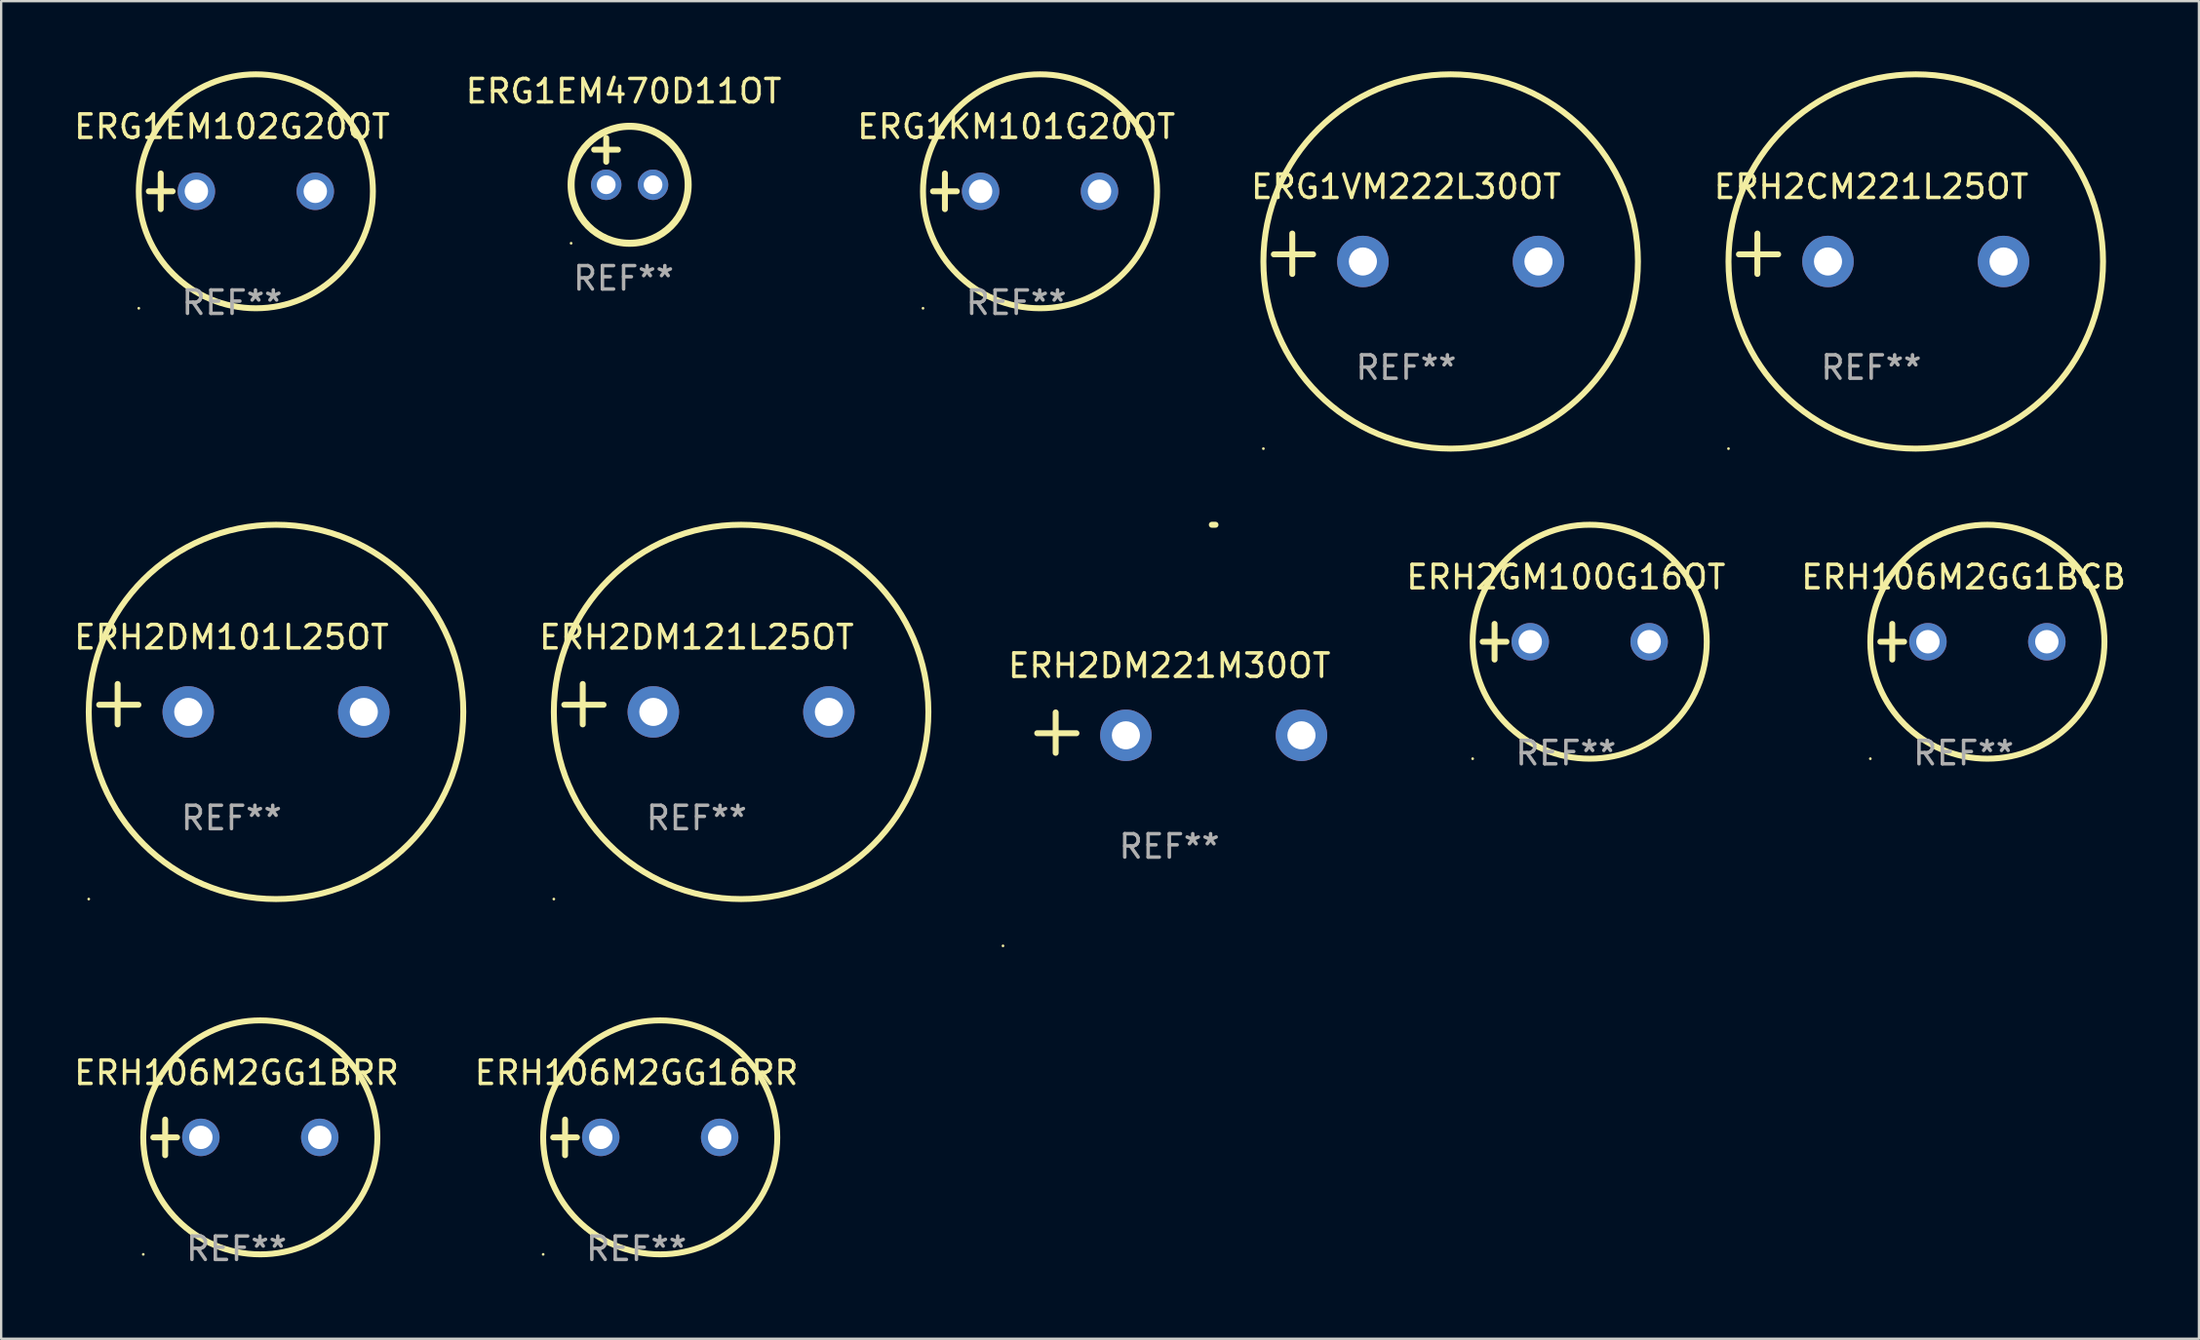
<source format=kicad_pcb>
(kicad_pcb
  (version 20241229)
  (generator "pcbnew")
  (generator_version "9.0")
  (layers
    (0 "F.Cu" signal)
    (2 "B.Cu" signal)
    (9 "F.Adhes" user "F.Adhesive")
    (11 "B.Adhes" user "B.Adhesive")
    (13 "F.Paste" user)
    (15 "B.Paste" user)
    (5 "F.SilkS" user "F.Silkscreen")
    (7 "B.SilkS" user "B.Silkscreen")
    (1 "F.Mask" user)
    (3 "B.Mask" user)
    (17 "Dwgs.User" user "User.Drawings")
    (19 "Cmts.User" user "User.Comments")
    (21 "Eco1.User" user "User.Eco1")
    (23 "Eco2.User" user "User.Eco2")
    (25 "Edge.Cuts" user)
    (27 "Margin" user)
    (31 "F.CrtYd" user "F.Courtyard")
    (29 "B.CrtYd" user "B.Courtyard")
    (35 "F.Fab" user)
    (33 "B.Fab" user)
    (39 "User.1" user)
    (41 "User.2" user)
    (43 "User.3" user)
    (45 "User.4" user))
  (footprint "ERH2DM101L25OT"
    (layer "F.Cu")
    (at 6.839 27.051)
    (property "Reference" "ERH2DM101L25OT" (at 0 -2.864 0) (layer "F.SilkS") (effects (font (size 1 1) (thickness 0.15))))
    (attr through_hole)
    (fp_line (start -4.864 0.864) (end -4.864 -0.864) (stroke (width 0.254) (type solid)) (layer "F.SilkS"))
    (fp_line (start -3.975 0.025) (end -5.652 0.025) (stroke (width 0.254) (type solid)) (layer "F.SilkS"))
    (fp_circle (center -6.098 8.33) (end -6.068 8.33) (stroke (width 0.06) (type solid)) (fill no) (layer "F.SilkS"))
    (fp_circle (center 1.902 0.33) (end 9.902 0.33) (stroke (width 0.254) (type solid)) (fill no) (layer "F.SilkS"))
    (fp_text user "REF**" (at 0 4.864 0) (layer "F.Fab") (effects (font (size 1 1) (thickness 0.15))))
    (pad "1" thru_hole circle (at -1.848 0.33) (size 2.2 2.2) (drill 1.2) (layers "*.Cu" "*.Mask"))
    (pad "2" thru_hole circle (at 5.652 0.33) (size 2.2 2.2) (drill 1.2) (layers "*.Cu" "*.Mask")))
  (footprint "ERH2DM121L25OT"
    (layer "F.Cu")
    (at 26.707 27.051)
    (property "Reference" "ERH2DM121L25OT" (at 0 -2.864 0) (layer "F.SilkS") (effects (font (size 1 1) (thickness 0.15))))
    (attr through_hole)
    (fp_line (start -4.864 0.864) (end -4.864 -0.864) (stroke (width 0.254) (type solid)) (layer "F.SilkS"))
    (fp_line (start -3.975 0.025) (end -5.652 0.025) (stroke (width 0.254) (type solid)) (layer "F.SilkS"))
    (fp_circle (center -6.098 8.33) (end -6.068 8.33) (stroke (width 0.06) (type solid)) (fill no) (layer "F.SilkS"))
    (fp_circle (center 1.902 0.33) (end 9.902 0.33) (stroke (width 0.254) (type solid)) (fill no) (layer "F.SilkS"))
    (fp_text user "REF**" (at 0 4.864 0) (layer "F.Fab") (effects (font (size 1 1) (thickness 0.15))))
    (pad "1" thru_hole circle (at -1.848 0.33) (size 2.2 2.2) (drill 1.2) (layers "*.Cu" "*.Mask"))
    (pad "2" thru_hole circle (at 5.652 0.33) (size 2.2 2.2) (drill 1.2) (layers "*.Cu" "*.Mask")))
  (footprint "ERH2CM221L25OT"
    (layer "F.Cu")
    (at 76.886 7.797)
    (property "Reference" "ERH2CM221L25OT" (at 0 -2.864 0) (layer "F.SilkS") (effects (font (size 1 1) (thickness 0.15))))
    (attr through_hole)
    (fp_line (start -4.864 0.864) (end -4.864 -0.864) (stroke (width 0.254) (type solid)) (layer "F.SilkS"))
    (fp_line (start -3.975 0.025) (end -5.652 0.025) (stroke (width 0.254) (type solid)) (layer "F.SilkS"))
    (fp_circle (center -6.098 8.33) (end -6.068 8.33) (stroke (width 0.06) (type solid)) (fill no) (layer "F.SilkS"))
    (fp_circle (center 1.902 0.33) (end 9.902 0.33) (stroke (width 0.254) (type solid)) (fill no) (layer "F.SilkS"))
    (fp_text user "REF**" (at 0 4.864 0) (layer "F.Fab") (effects (font (size 1 1) (thickness 0.15))))
    (pad "1" thru_hole circle (at -1.848 0.33) (size 2.2 2.2) (drill 1.2) (layers "*.Cu" "*.Mask"))
    (pad "2" thru_hole circle (at 5.652 0.33) (size 2.2 2.2) (drill 1.2) (layers "*.Cu" "*.Mask")))
  (footprint "ERH2DM221M30OT"
    (layer "F.Cu")
    (at 46.902 28.267)
    (property "Reference" "ERH2DM221M30OT" (at 0 -2.864 0) (layer "F.SilkS") (effects (font (size 1 1) (thickness 0.15))))
    (attr through_hole)
    (fp_line (start -4.856 0.864) (end -4.856 -0.864) (stroke (width 0.254) (type solid)) (layer "F.SilkS"))
    (fp_line (start -3.967 0.025) (end -5.644 0.025) (stroke (width 0.254) (type solid)) (layer "F.SilkS"))
    (fp_arc (start 1.815024 -8.885649) (mid 1.893764 -8.88599) (end 1.972504 -8.885649) (stroke (width 0.254001) (type solid)) (layer "F.SilkS"))
    (fp_circle (center -7.106 9.114) (end -7.076 9.114) (stroke (width 0.06) (type solid)) (fill no) (layer "F.SilkS"))
    (fp_text user "REF**" (at 0 4.864 0) (layer "F.Fab") (effects (font (size 1 1) (thickness 0.15))))
    (pad "1" thru_hole circle (at -1.856 0.114) (size 2.2 2.2) (drill 1.2) (layers "*.Cu" "*.Mask"))
    (pad "2" thru_hole circle (at 5.644 0.114) (size 2.2 2.2) (drill 1.2) (layers "*.Cu" "*.Mask")))
  (footprint "ERG1EM470D11OT"
    (layer "F.Cu")
    (at 23.589 3.848)
    (property "Reference" "ERG1EM470D11OT" (at 0 -3 0) (layer "F.SilkS") (effects (font (size 1 1) (thickness 0.15))))
    (attr through_hole)
    (fp_line (start -1.258 -0.5) (end -0.242 -0.5) (stroke (width 0.254) (type solid)) (layer "F.SilkS"))
    (fp_line (start -0.742 -1) (end -0.742 0.016) (stroke (width 0.254) (type solid)) (layer "F.SilkS"))
    (fp_circle (center -2.242 3.5) (end -2.212 3.5) (stroke (width 0.06) (type solid)) (fill no) (layer "F.SilkS"))
    (fp_circle (center 0.258 1) (end 2.758 1) (stroke (width 0.3) (type solid)) (fill no) (layer "F.SilkS"))
    (fp_text user "REF**" (at 0 5 0) (layer "F.Fab") (effects (font (size 1 1) (thickness 0.15))))
    (pad "1" thru_hole circle (at -0.742 1) (size 1.3 1.3) (drill 0.8) (layers "*.Cu" "*.Mask"))
    (pad "2" thru_hole circle (at 1.258 1) (size 1.3 1.3) (drill 0.8) (layers "*.Cu" "*.Mask")))
  (footprint "ERH106M2GG1BRR"
    (layer "F.Cu")
    (at 7.054 45.568)
    (property "Reference" "ERH106M2GG1BRR" (at 0 -2.762 0) (layer "F.SilkS") (effects (font (size 1 1) (thickness 0.15))))
    (attr through_hole)
    (fp_line (start -3.556 0) (end -2.54 0) (stroke (width 0.254) (type solid)) (layer "F.SilkS"))
    (fp_line (start -3.048 -0.762) (end -3.048 0.762) (stroke (width 0.254) (type solid)) (layer "F.SilkS"))
    (fp_circle (center -3.984 5) (end -3.954 5) (stroke (width 0.06) (type solid)) (fill no) (layer "F.SilkS"))
    (fp_circle (center 1.016 0) (end 6.016 0) (stroke (width 0.254) (type solid)) (fill no) (layer "F.SilkS"))
    (fp_text user "REF**" (at 0 4.762 0) (layer "F.Fab") (effects (font (size 1 1) (thickness 0.15))))
    (pad "1" thru_hole circle (at -1.524 0) (size 1.6 1.6) (drill 1) (layers "*.Cu" "*.Mask"))
    (pad "2" thru_hole circle (at 3.556 0) (size 1.6 1.6) (drill 1) (layers "*.Cu" "*.Mask")))
  (footprint "ERG1EM102G20OT"
    (layer "F.Cu")
    (at 6.863 5.127)
    (property "Reference" "ERG1EM102G20OT" (at 0 -2.762 0) (layer "F.SilkS") (effects (font (size 1 1) (thickness 0.15))))
    (attr through_hole)
    (fp_line (start -3.556 0) (end -2.54 0) (stroke (width 0.254) (type solid)) (layer "F.SilkS"))
    (fp_line (start -3.048 -0.762) (end -3.048 0.762) (stroke (width 0.254) (type solid)) (layer "F.SilkS"))
    (fp_circle (center -3.984 5) (end -3.954 5) (stroke (width 0.06) (type solid)) (fill no) (layer "F.SilkS"))
    (fp_circle (center 1.016 0) (end 6.016 0) (stroke (width 0.254) (type solid)) (fill no) (layer "F.SilkS"))
    (fp_text user "REF**" (at 0 4.762 0) (layer "F.Fab") (effects (font (size 1 1) (thickness 0.15))))
    (pad "1" thru_hole circle (at -1.524 0) (size 1.6 1.6) (drill 1) (layers "*.Cu" "*.Mask"))
    (pad "2" thru_hole circle (at 3.556 0) (size 1.6 1.6) (drill 1) (layers "*.Cu" "*.Mask")))
  (footprint "ERG1VM222L30OT"
    (layer "F.Cu")
    (at 57.018 7.797)
    (property "Reference" "ERG1VM222L30OT" (at 0 -2.864 0) (layer "F.SilkS") (effects (font (size 1 1) (thickness 0.15))))
    (attr through_hole)
    (fp_line (start -4.864 0.864) (end -4.864 -0.864) (stroke (width 0.254) (type solid)) (layer "F.SilkS"))
    (fp_line (start -3.975 0.025) (end -5.652 0.025) (stroke (width 0.254) (type solid)) (layer "F.SilkS"))
    (fp_circle (center -6.098 8.33) (end -6.068 8.33) (stroke (width 0.06) (type solid)) (fill no) (layer "F.SilkS"))
    (fp_circle (center 1.902 0.33) (end 9.902 0.33) (stroke (width 0.254) (type solid)) (fill no) (layer "F.SilkS"))
    (fp_text user "REF**" (at 0 4.864 0) (layer "F.Fab") (effects (font (size 1 1) (thickness 0.15))))
    (pad "1" thru_hole circle (at -1.848 0.33) (size 2.2 2.2) (drill 1.2) (layers "*.Cu" "*.Mask"))
    (pad "2" thru_hole circle (at 5.652 0.33) (size 2.2 2.2) (drill 1.2) (layers "*.Cu" "*.Mask")))
  (footprint "ERH106M2GG1BCB"
    (layer "F.Cu")
    (at 80.831 24.381)
    (property "Reference" "ERH106M2GG1BCB" (at 0 -2.762 0) (layer "F.SilkS") (effects (font (size 1 1) (thickness 0.15))))
    (attr through_hole)
    (fp_line (start -3.556 0) (end -2.54 0) (stroke (width 0.254) (type solid)) (layer "F.SilkS"))
    (fp_line (start -3.048 -0.762) (end -3.048 0.762) (stroke (width 0.254) (type solid)) (layer "F.SilkS"))
    (fp_circle (center -3.984 5) (end -3.954 5) (stroke (width 0.06) (type solid)) (fill no) (layer "F.SilkS"))
    (fp_circle (center 1.016 0) (end 6.016 0) (stroke (width 0.254) (type solid)) (fill no) (layer "F.SilkS"))
    (fp_text user "REF**" (at 0 4.762 0) (layer "F.Fab") (effects (font (size 1 1) (thickness 0.15))))
    (pad "1" thru_hole circle (at -1.524 0) (size 1.6 1.6) (drill 1) (layers "*.Cu" "*.Mask"))
    (pad "2" thru_hole circle (at 3.556 0) (size 1.6 1.6) (drill 1) (layers "*.Cu" "*.Mask")))
  (footprint "ERG1KM101G20OT"
    (layer "F.Cu")
    (at 40.363 5.127)
    (property "Reference" "ERG1KM101G20OT" (at 0 -2.762 0) (layer "F.SilkS") (effects (font (size 1 1) (thickness 0.15))))
    (attr through_hole)
    (fp_line (start -3.556 0) (end -2.54 0) (stroke (width 0.254) (type solid)) (layer "F.SilkS"))
    (fp_line (start -3.048 -0.762) (end -3.048 0.762) (stroke (width 0.254) (type solid)) (layer "F.SilkS"))
    (fp_circle (center -3.984 5) (end -3.954 5) (stroke (width 0.06) (type solid)) (fill no) (layer "F.SilkS"))
    (fp_circle (center 1.016 0) (end 6.016 0) (stroke (width 0.254) (type solid)) (fill no) (layer "F.SilkS"))
    (fp_text user "REF**" (at 0 4.762 0) (layer "F.Fab") (effects (font (size 1 1) (thickness 0.15))))
    (pad "1" thru_hole circle (at -1.524 0) (size 1.6 1.6) (drill 1) (layers "*.Cu" "*.Mask"))
    (pad "2" thru_hole circle (at 3.556 0) (size 1.6 1.6) (drill 1) (layers "*.Cu" "*.Mask")))
  (footprint "ERH2GM100G16OT"
    (layer "F.Cu")
    (at 63.843 24.381)
    (property "Reference" "ERH2GM100G16OT" (at 0 -2.762 0) (layer "F.SilkS") (effects (font (size 1 1) (thickness 0.15))))
    (attr through_hole)
    (fp_line (start -3.556 0) (end -2.54 0) (stroke (width 0.254) (type solid)) (layer "F.SilkS"))
    (fp_line (start -3.048 -0.762) (end -3.048 0.762) (stroke (width 0.254) (type solid)) (layer "F.SilkS"))
    (fp_circle (center -3.984 5) (end -3.954 5) (stroke (width 0.06) (type solid)) (fill no) (layer "F.SilkS"))
    (fp_circle (center 1.016 0) (end 6.016 0) (stroke (width 0.254) (type solid)) (fill no) (layer "F.SilkS"))
    (fp_text user "REF**" (at 0 4.762 0) (layer "F.Fab") (effects (font (size 1 1) (thickness 0.15))))
    (pad "1" thru_hole circle (at -1.524 0) (size 1.6 1.6) (drill 1) (layers "*.Cu" "*.Mask"))
    (pad "2" thru_hole circle (at 3.556 0) (size 1.6 1.6) (drill 1) (layers "*.Cu" "*.Mask")))
  (footprint "ERH106M2GG16RR"
    (layer "F.Cu")
    (at 24.137 45.568)
    (property "Reference" "ERH106M2GG16RR" (at 0 -2.762 0) (layer "F.SilkS") (effects (font (size 1 1) (thickness 0.15))))
    (attr through_hole)
    (fp_line (start -3.556 0) (end -2.54 0) (stroke (width 0.254) (type solid)) (layer "F.SilkS"))
    (fp_line (start -3.048 -0.762) (end -3.048 0.762) (stroke (width 0.254) (type solid)) (layer "F.SilkS"))
    (fp_circle (center -3.984 5) (end -3.954 5) (stroke (width 0.06) (type solid)) (fill no) (layer "F.SilkS"))
    (fp_circle (center 1.016 0) (end 6.016 0) (stroke (width 0.254) (type solid)) (fill no) (layer "F.SilkS"))
    (fp_text user "REF**" (at 0 4.762 0) (layer "F.Fab") (effects (font (size 1 1) (thickness 0.15))))
    (pad "1" thru_hole circle (at -1.524 0) (size 1.6 1.6) (drill 1) (layers "*.Cu" "*.Mask"))
    (pad "2" thru_hole circle (at 3.556 0) (size 1.6 1.6) (drill 1) (layers "*.Cu" "*.Mask")))
  (gr_rect
    (start -3 -3)
    (end 90.884 54.178)
    (stroke (width 0.1) (type default))
    (fill no)
    (layer "Edge.Cuts")))
</source>
